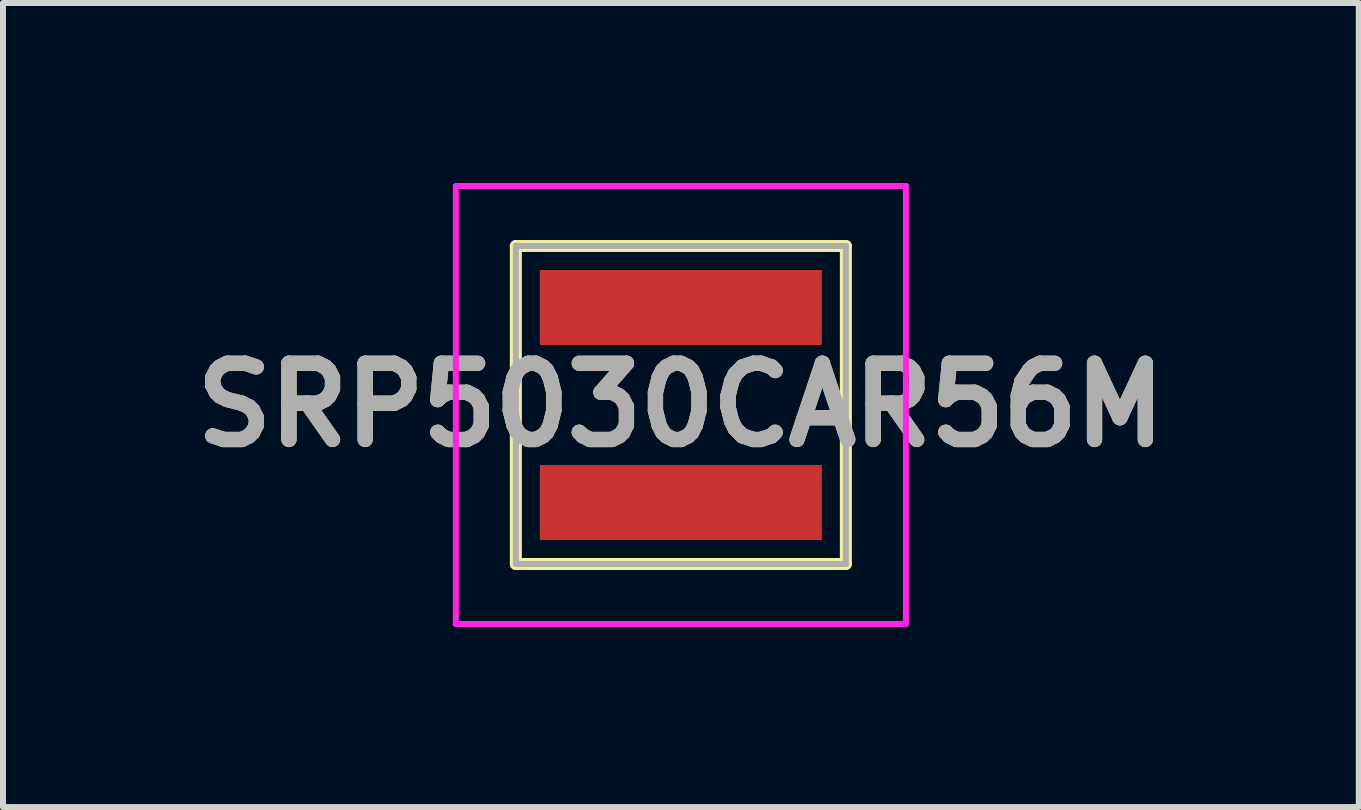
<source format=kicad_pcb>
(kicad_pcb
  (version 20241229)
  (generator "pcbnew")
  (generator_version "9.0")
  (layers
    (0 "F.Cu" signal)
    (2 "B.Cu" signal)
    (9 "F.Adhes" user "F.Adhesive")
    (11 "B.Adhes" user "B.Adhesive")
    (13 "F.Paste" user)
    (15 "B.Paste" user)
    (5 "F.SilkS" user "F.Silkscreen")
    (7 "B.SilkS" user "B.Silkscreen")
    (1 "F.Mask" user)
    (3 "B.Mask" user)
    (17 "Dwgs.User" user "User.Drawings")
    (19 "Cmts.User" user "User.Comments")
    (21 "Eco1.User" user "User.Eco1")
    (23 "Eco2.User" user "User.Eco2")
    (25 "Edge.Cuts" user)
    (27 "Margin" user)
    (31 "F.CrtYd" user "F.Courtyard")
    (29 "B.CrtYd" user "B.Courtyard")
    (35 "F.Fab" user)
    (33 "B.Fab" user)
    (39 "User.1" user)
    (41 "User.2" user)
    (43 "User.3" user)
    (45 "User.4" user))
  (footprint "SRP5030CAR56M"
    (layer "F.Cu")
    (at 8.297 3.7)
    (property "Reference" "SRP5030CAR56M" (at 0 0 0) (layer "F.SilkS") (effects (font (size 1.27 1.27) (thickness 0.254))))
    (attr smd)
    (fp_line (start -2.75 -2.65) (end 2.75 -2.65) (stroke (width 0.2) (type solid)) (layer "F.SilkS"))
    (fp_line (start -2.75 2.65) (end -2.75 -2.65) (stroke (width 0.2) (type solid)) (layer "F.SilkS"))
    (fp_line (start 2.75 -2.65) (end 2.75 2.65) (stroke (width 0.2) (type solid)) (layer "F.SilkS"))
    (fp_line (start 2.75 2.65) (end -2.75 2.65) (stroke (width 0.2) (type solid)) (layer "F.SilkS"))
    (fp_line (start -3.75 -3.65) (end 3.75 -3.65) (stroke (width 0.1) (type solid)) (layer "F.CrtYd"))
    (fp_line (start -3.75 3.65) (end -3.75 -3.65) (stroke (width 0.1) (type solid)) (layer "F.CrtYd"))
    (fp_line (start 3.75 -3.65) (end 3.75 3.65) (stroke (width 0.1) (type solid)) (layer "F.CrtYd"))
    (fp_line (start 3.75 3.65) (end -3.75 3.65) (stroke (width 0.1) (type solid)) (layer "F.CrtYd"))
    (fp_line (start -2.75 -2.65) (end 2.75 -2.65) (stroke (width 0.1) (type solid)) (layer "F.Fab"))
    (fp_line (start -2.75 2.65) (end -2.75 -2.65) (stroke (width 0.1) (type solid)) (layer "F.Fab"))
    (fp_line (start 2.75 -2.65) (end 2.75 2.65) (stroke (width 0.1) (type solid)) (layer "F.Fab"))
    (fp_line (start 2.75 2.65) (end -2.75 2.65) (stroke (width 0.1) (type solid)) (layer "F.Fab"))
    (fp_text user "${REFERENCE}" (at 0 0 0) (layer "F.Fab") (effects (font (size 1.27 1.27) (thickness 0.254))))
    (pad "1" smd rect (at 0 1.625 90) (size 1.25 4.7) (layers "F.Cu" "F.Mask" "F.Paste"))
    (pad "2" smd rect (at 0 -1.625 90) (size 1.25 4.7) (layers "F.Cu" "F.Mask" "F.Paste")))
  (gr_rect
    (start -3 -3)
    (end 19.595 10.4)
    (stroke (width 0.1) (type default))
    (fill no)
    (layer "Edge.Cuts")))
</source>
